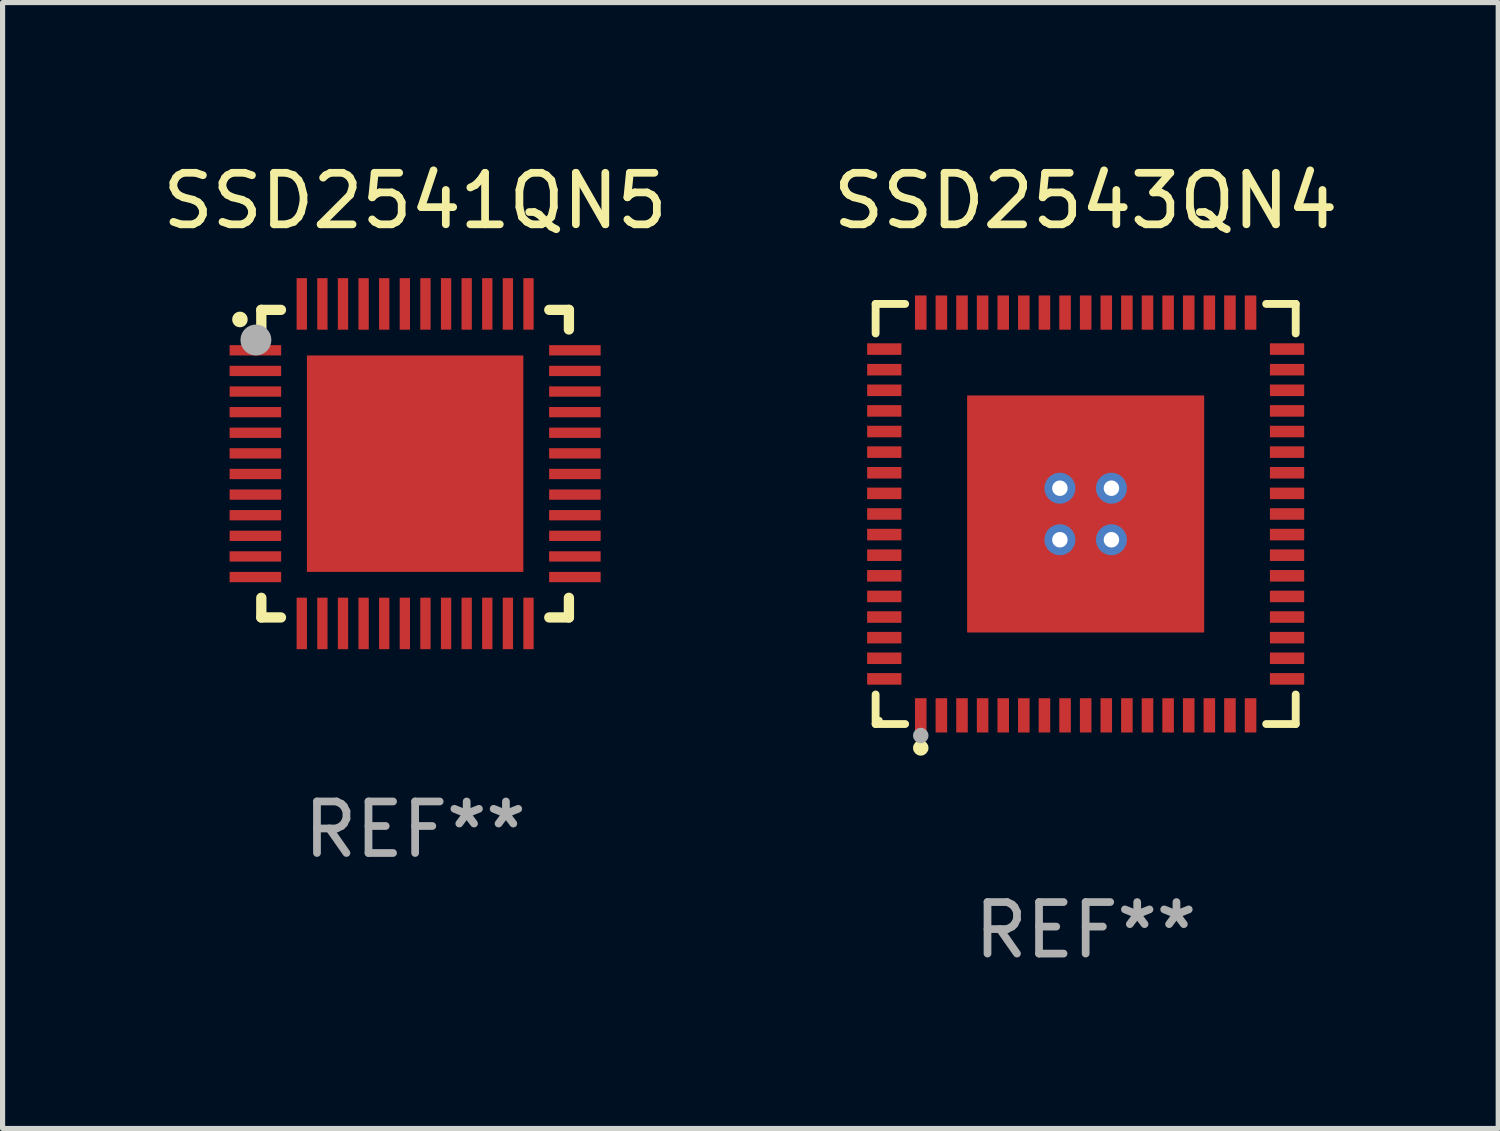
<source format=kicad_pcb>
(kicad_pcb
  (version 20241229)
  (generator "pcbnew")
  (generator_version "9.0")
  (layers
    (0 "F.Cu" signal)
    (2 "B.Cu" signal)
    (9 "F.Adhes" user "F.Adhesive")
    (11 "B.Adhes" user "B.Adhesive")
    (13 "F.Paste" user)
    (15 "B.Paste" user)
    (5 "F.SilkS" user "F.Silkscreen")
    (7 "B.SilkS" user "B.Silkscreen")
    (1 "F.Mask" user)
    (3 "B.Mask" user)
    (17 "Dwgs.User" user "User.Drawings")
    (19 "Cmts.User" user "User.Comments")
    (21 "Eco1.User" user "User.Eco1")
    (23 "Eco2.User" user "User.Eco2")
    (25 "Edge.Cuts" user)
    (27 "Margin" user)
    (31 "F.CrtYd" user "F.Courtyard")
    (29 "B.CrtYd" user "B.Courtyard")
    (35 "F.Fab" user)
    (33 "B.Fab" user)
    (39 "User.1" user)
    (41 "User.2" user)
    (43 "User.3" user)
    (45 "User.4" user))
  (footprint "SSD2541QN5"
    (layer "F.Cu")
    (at 5.006 5.948)
    (property "Reference" "SSD2541QN5" (at 0 -5.1 0) (layer "F.SilkS") (effects (font (size 1 1) (thickness 0.15))))
    (attr through_hole)
    (fp_line (start -2.985 -2.985) (end -2.604 -2.985) (stroke (width 0.2) (type solid)) (layer "F.SilkS"))
    (fp_line (start -2.985 -2.604) (end -2.985 -2.985) (stroke (width 0.2) (type solid)) (layer "F.SilkS"))
    (fp_line (start -2.985 2.984) (end -2.985 2.603) (stroke (width 0.2) (type solid)) (layer "F.SilkS"))
    (fp_line (start -2.604 2.984) (end -2.985 2.984) (stroke (width 0.2) (type solid)) (layer "F.SilkS"))
    (fp_line (start 2.603 -2.985) (end 2.984 -2.985) (stroke (width 0.2) (type solid)) (layer "F.SilkS"))
    (fp_line (start 2.984 -2.985) (end 2.984 -2.604) (stroke (width 0.2) (type solid)) (layer "F.SilkS"))
    (fp_line (start 2.984 2.603) (end 2.984 2.984) (stroke (width 0.2) (type solid)) (layer "F.SilkS"))
    (fp_line (start 2.984 2.984) (end 2.603 2.984) (stroke (width 0.2) (type solid)) (layer "F.SilkS"))
    (fp_arc (start -3.400076 -2.797562) (mid -3.400081 -2.798806) (end -3.400076 -2.800051) (stroke (width 0.3) (type solid)) (layer "F.SilkS"))
    (fp_circle (center -3 -3) (end -2.97 -3) (stroke (width 0.06) (type solid)) (fill no) (layer "F.SilkS"))
    (fp_circle (center -3.09 -2.4) (end -2.94 -2.4) (stroke (width 0.3) (type solid)) (fill no) (layer "F.Fab"))
    (fp_text user "REF**" (at 0 7.1 0) (layer "F.Fab") (effects (font (size 1 1) (thickness 0.15))))
    (pad "1" smd rect (at -3.1 -2.2) (size 1 0.2) (layers "F.Cu" "F.Mask" "F.Paste"))
    (pad "2" smd rect (at -3.1 -1.8) (size 1 0.2) (layers "F.Cu" "F.Mask" "F.Paste"))
    (pad "3" smd rect (at -3.1 -1.4) (size 1 0.2) (layers "F.Cu" "F.Mask" "F.Paste"))
    (pad "4" smd rect (at -3.1 -1) (size 1 0.2) (layers "F.Cu" "F.Mask" "F.Paste"))
    (pad "5" smd rect (at -3.1 -0.6) (size 1 0.2) (layers "F.Cu" "F.Mask" "F.Paste"))
    (pad "6" smd rect (at -3.1 -0.2) (size 1 0.2) (layers "F.Cu" "F.Mask" "F.Paste"))
    (pad "7" smd rect (at -3.1 0.2) (size 1 0.2) (layers "F.Cu" "F.Mask" "F.Paste"))
    (pad "8" smd rect (at -3.1 0.6) (size 1 0.2) (layers "F.Cu" "F.Mask" "F.Paste"))
    (pad "9" smd rect (at -3.1 1) (size 1 0.2) (layers "F.Cu" "F.Mask" "F.Paste"))
    (pad "10" smd rect (at -3.1 1.4) (size 1 0.2) (layers "F.Cu" "F.Mask" "F.Paste"))
    (pad "11" smd rect (at -3.1 1.8) (size 1 0.2) (layers "F.Cu" "F.Mask" "F.Paste"))
    (pad "12" smd rect (at -3.1 2.2) (size 1 0.2) (layers "F.Cu" "F.Mask" "F.Paste"))
    (pad "13" smd rect (at -2.2 3.1) (size 0.2 1) (layers "F.Cu" "F.Mask" "F.Paste"))
    (pad "14" smd rect (at -1.8 3.1) (size 0.2 1) (layers "F.Cu" "F.Mask" "F.Paste"))
    (pad "15" smd rect (at -1.4 3.1) (size 0.2 1) (layers "F.Cu" "F.Mask" "F.Paste"))
    (pad "16" smd rect (at -1 3.1) (size 0.2 1) (layers "F.Cu" "F.Mask" "F.Paste"))
    (pad "17" smd rect (at -0.6 3.1) (size 0.2 1) (layers "F.Cu" "F.Mask" "F.Paste"))
    (pad "18" smd rect (at -0.2 3.1) (size 0.2 1) (layers "F.Cu" "F.Mask" "F.Paste"))
    (pad "19" smd rect (at 0.2 3.1) (size 0.2 1) (layers "F.Cu" "F.Mask" "F.Paste"))
    (pad "20" smd rect (at 0.6 3.1) (size 0.2 1) (layers "F.Cu" "F.Mask" "F.Paste"))
    (pad "21" smd rect (at 1 3.1) (size 0.2 1) (layers "F.Cu" "F.Mask" "F.Paste"))
    (pad "22" smd rect (at 1.4 3.1) (size 0.2 1) (layers "F.Cu" "F.Mask" "F.Paste"))
    (pad "23" smd rect (at 1.8 3.1) (size 0.2 1) (layers "F.Cu" "F.Mask" "F.Paste"))
    (pad "24" smd rect (at 2.2 3.1) (size 0.2 1) (layers "F.Cu" "F.Mask" "F.Paste"))
    (pad "25" smd rect (at 3.1 2.2) (size 1 0.2) (layers "F.Cu" "F.Mask" "F.Paste"))
    (pad "26" smd rect (at 3.1 1.8) (size 1 0.2) (layers "F.Cu" "F.Mask" "F.Paste"))
    (pad "27" smd rect (at 3.1 1.4) (size 1 0.2) (layers "F.Cu" "F.Mask" "F.Paste"))
    (pad "28" smd rect (at 3.1 1) (size 1 0.2) (layers "F.Cu" "F.Mask" "F.Paste"))
    (pad "29" smd rect (at 3.1 0.6) (size 1 0.2) (layers "F.Cu" "F.Mask" "F.Paste"))
    (pad "30" smd rect (at 3.1 0.2) (size 1 0.2) (layers "F.Cu" "F.Mask" "F.Paste"))
    (pad "31" smd rect (at 3.1 -0.2) (size 1 0.2) (layers "F.Cu" "F.Mask" "F.Paste"))
    (pad "32" smd rect (at 3.1 -0.6) (size 1 0.2) (layers "F.Cu" "F.Mask" "F.Paste"))
    (pad "33" smd rect (at 3.1 -1) (size 1 0.2) (layers "F.Cu" "F.Mask" "F.Paste"))
    (pad "34" smd rect (at 3.1 -1.4) (size 1 0.2) (layers "F.Cu" "F.Mask" "F.Paste"))
    (pad "35" smd rect (at 3.1 -1.8) (size 1 0.2) (layers "F.Cu" "F.Mask" "F.Paste"))
    (pad "36" smd rect (at 3.1 -2.2) (size 1 0.2) (layers "F.Cu" "F.Mask" "F.Paste"))
    (pad "37" smd rect (at 2.2 -3.1) (size 0.2 1) (layers "F.Cu" "F.Mask" "F.Paste"))
    (pad "38" smd rect (at 1.8 -3.1) (size 0.2 1) (layers "F.Cu" "F.Mask" "F.Paste"))
    (pad "39" smd rect (at 1.4 -3.1) (size 0.2 1) (layers "F.Cu" "F.Mask" "F.Paste"))
    (pad "40" smd rect (at 1 -3.1) (size 0.2 1) (layers "F.Cu" "F.Mask" "F.Paste"))
    (pad "41" smd rect (at 0.6 -3.1) (size 0.2 1) (layers "F.Cu" "F.Mask" "F.Paste"))
    (pad "42" smd rect (at 0.2 -3.1) (size 0.2 1) (layers "F.Cu" "F.Mask" "F.Paste"))
    (pad "43" smd rect (at -0.2 -3.1) (size 0.2 1) (layers "F.Cu" "F.Mask" "F.Paste"))
    (pad "44" smd rect (at -0.6 -3.1) (size 0.2 1) (layers "F.Cu" "F.Mask" "F.Paste"))
    (pad "45" smd rect (at -1 -3.1) (size 0.2 1) (layers "F.Cu" "F.Mask" "F.Paste"))
    (pad "46" smd rect (at -1.4 -3.1) (size 0.2 1) (layers "F.Cu" "F.Mask" "F.Paste"))
    (pad "47" smd rect (at -1.8 -3.1) (size 0.2 1) (layers "F.Cu" "F.Mask" "F.Paste"))
    (pad "48" smd rect (at -2.2 -3.1) (size 0.2 1) (layers "F.Cu" "F.Mask" "F.Paste"))
    (pad "49" smd rect (at -0.000127 0) (size 4.2 4.2) (layers "F.Cu" "F.Mask" "F.Paste")))
  (footprint "SSD2543QN4"
    (layer "F.Cu")
    (at 18.018 6.924)
    (property "Reference" "SSD2543QN4" (at 0 -6.076 0) (layer "F.SilkS") (effects (font (size 1 1) (thickness 0.15))))
    (attr through_hole)
    (fp_line (start -4.076 -4.076) (end -3.503 -4.076) (stroke (width 0.152) (type solid)) (layer "F.SilkS"))
    (fp_line (start -4.076 -3.503) (end -4.076 -4.076) (stroke (width 0.152) (type solid)) (layer "F.SilkS"))
    (fp_line (start -4.076 3.503) (end -4.076 4.076) (stroke (width 0.152) (type solid)) (layer "F.SilkS"))
    (fp_line (start -4.076 4.076) (end -3.503 4.076) (stroke (width 0.152) (type solid)) (layer "F.SilkS"))
    (fp_line (start 4.076 -4.076) (end 3.503 -4.076) (stroke (width 0.152) (type solid)) (layer "F.SilkS"))
    (fp_line (start 4.076 -3.503) (end 4.076 -4.076) (stroke (width 0.152) (type solid)) (layer "F.SilkS"))
    (fp_line (start 4.076 3.503) (end 4.076 4.076) (stroke (width 0.152) (type solid)) (layer "F.SilkS"))
    (fp_line (start 4.076 4.076) (end 3.503 4.076) (stroke (width 0.152) (type solid)) (layer "F.SilkS"))
    (fp_circle (center -4 4) (end -3.97 4) (stroke (width 0.06) (type solid)) (fill no) (layer "F.SilkS"))
    (fp_circle (center -3.2 4.54) (end -3.125 4.54) (stroke (width 0.15) (type solid)) (fill no) (layer "F.SilkS"))
    (fp_circle (center -3.2 4.3) (end -3.125 4.3) (stroke (width 0.15) (type solid)) (fill no) (layer "F.Fab"))
    (fp_text user "REF**" (at 0 8.076 0) (layer "F.Fab") (effects (font (size 1 1) (thickness 0.15))))
    (pad "1" smd rect (at -3.2 3.908) (size 0.224 0.665) (layers "F.Cu" "F.Mask" "F.Paste"))
    (pad "2" smd rect (at -2.8 3.908) (size 0.224 0.665) (layers "F.Cu" "F.Mask" "F.Paste"))
    (pad "3" smd rect (at -2.4 3.908) (size 0.224 0.665) (layers "F.Cu" "F.Mask" "F.Paste"))
    (pad "4" smd rect (at -2 3.908) (size 0.224 0.665) (layers "F.Cu" "F.Mask" "F.Paste"))
    (pad "5" smd rect (at -1.6 3.908) (size 0.224 0.665) (layers "F.Cu" "F.Mask" "F.Paste"))
    (pad "6" smd rect (at -1.2 3.908) (size 0.224 0.665) (layers "F.Cu" "F.Mask" "F.Paste"))
    (pad "7" smd rect (at -0.8 3.908) (size 0.224 0.665) (layers "F.Cu" "F.Mask" "F.Paste"))
    (pad "8" smd rect (at -0.4 3.908) (size 0.224 0.665) (layers "F.Cu" "F.Mask" "F.Paste"))
    (pad "9" smd rect (at 0 3.908) (size 0.224 0.665) (layers "F.Cu" "F.Mask" "F.Paste"))
    (pad "10" smd rect (at 0.4 3.908) (size 0.224 0.665) (layers "F.Cu" "F.Mask" "F.Paste"))
    (pad "11" smd rect (at 0.8 3.908) (size 0.224 0.665) (layers "F.Cu" "F.Mask" "F.Paste"))
    (pad "12" smd rect (at 1.2 3.908) (size 0.224 0.665) (layers "F.Cu" "F.Mask" "F.Paste"))
    (pad "13" smd rect (at 1.6 3.908) (size 0.224 0.665) (layers "F.Cu" "F.Mask" "F.Paste"))
    (pad "14" smd rect (at 2 3.908) (size 0.224 0.665) (layers "F.Cu" "F.Mask" "F.Paste"))
    (pad "15" smd rect (at 2.4 3.908) (size 0.224 0.665) (layers "F.Cu" "F.Mask" "F.Paste"))
    (pad "16" smd rect (at 2.8 3.908) (size 0.224 0.665) (layers "F.Cu" "F.Mask" "F.Paste"))
    (pad "17" smd rect (at 3.2 3.908) (size 0.224 0.665) (layers "F.Cu" "F.Mask" "F.Paste"))
    (pad "18" smd rect (at 3.908 3.2) (size 0.665 0.224) (layers "F.Cu" "F.Mask" "F.Paste"))
    (pad "19" smd rect (at 3.908 2.8) (size 0.665 0.224) (layers "F.Cu" "F.Mask" "F.Paste"))
    (pad "20" smd rect (at 3.908 2.4) (size 0.665 0.224) (layers "F.Cu" "F.Mask" "F.Paste"))
    (pad "21" smd rect (at 3.908 2) (size 0.665 0.224) (layers "F.Cu" "F.Mask" "F.Paste"))
    (pad "22" smd rect (at 3.908 1.6) (size 0.665 0.224) (layers "F.Cu" "F.Mask" "F.Paste"))
    (pad "23" smd rect (at 3.908 1.2) (size 0.665 0.224) (layers "F.Cu" "F.Mask" "F.Paste"))
    (pad "24" smd rect (at 3.908 0.8) (size 0.665 0.224) (layers "F.Cu" "F.Mask" "F.Paste"))
    (pad "25" smd rect (at 3.908 0.4) (size 0.665 0.224) (layers "F.Cu" "F.Mask" "F.Paste"))
    (pad "26" smd rect (at 3.908 0) (size 0.665 0.224) (layers "F.Cu" "F.Mask" "F.Paste"))
    (pad "27" smd rect (at 3.908 -0.4) (size 0.665 0.224) (layers "F.Cu" "F.Mask" "F.Paste"))
    (pad "28" smd rect (at 3.908 -0.8) (size 0.665 0.224) (layers "F.Cu" "F.Mask" "F.Paste"))
    (pad "29" smd rect (at 3.908 -1.2) (size 0.665 0.224) (layers "F.Cu" "F.Mask" "F.Paste"))
    (pad "30" smd rect (at 3.908 -1.6) (size 0.665 0.224) (layers "F.Cu" "F.Mask" "F.Paste"))
    (pad "31" smd rect (at 3.908 -2) (size 0.665 0.224) (layers "F.Cu" "F.Mask" "F.Paste"))
    (pad "32" smd rect (at 3.908 -2.4) (size 0.665 0.224) (layers "F.Cu" "F.Mask" "F.Paste"))
    (pad "33" smd rect (at 3.908 -2.8) (size 0.665 0.224) (layers "F.Cu" "F.Mask" "F.Paste"))
    (pad "34" smd rect (at 3.908 -3.2) (size 0.665 0.224) (layers "F.Cu" "F.Mask" "F.Paste"))
    (pad "35" smd rect (at 3.2 -3.908) (size 0.224 0.665) (layers "F.Cu" "F.Mask" "F.Paste"))
    (pad "36" smd rect (at 2.8 -3.908) (size 0.224 0.665) (layers "F.Cu" "F.Mask" "F.Paste"))
    (pad "37" smd rect (at 2.4 -3.908) (size 0.224 0.665) (layers "F.Cu" "F.Mask" "F.Paste"))
    (pad "38" smd rect (at 2 -3.908) (size 0.224 0.665) (layers "F.Cu" "F.Mask" "F.Paste"))
    (pad "39" smd rect (at 1.6 -3.908) (size 0.224 0.665) (layers "F.Cu" "F.Mask" "F.Paste"))
    (pad "40" smd rect (at 1.2 -3.908) (size 0.224 0.665) (layers "F.Cu" "F.Mask" "F.Paste"))
    (pad "41" smd rect (at 0.8 -3.908) (size 0.224 0.665) (layers "F.Cu" "F.Mask" "F.Paste"))
    (pad "42" smd rect (at 0.4 -3.908) (size 0.224 0.665) (layers "F.Cu" "F.Mask" "F.Paste"))
    (pad "43" smd rect (at 0 -3.908) (size 0.224 0.665) (layers "F.Cu" "F.Mask" "F.Paste"))
    (pad "44" smd rect (at -0.4 -3.908) (size 0.224 0.665) (layers "F.Cu" "F.Mask" "F.Paste"))
    (pad "45" smd rect (at -0.8 -3.908) (size 0.224 0.665) (layers "F.Cu" "F.Mask" "F.Paste"))
    (pad "46" smd rect (at -1.2 -3.908) (size 0.224 0.665) (layers "F.Cu" "F.Mask" "F.Paste"))
    (pad "47" smd rect (at -1.6 -3.908) (size 0.224 0.665) (layers "F.Cu" "F.Mask" "F.Paste"))
    (pad "48" smd rect (at -2 -3.908) (size 0.224 0.665) (layers "F.Cu" "F.Mask" "F.Paste"))
    (pad "49" smd rect (at -2.4 -3.908) (size 0.224 0.665) (layers "F.Cu" "F.Mask" "F.Paste"))
    (pad "50" smd rect (at -2.8 -3.908) (size 0.224 0.665) (layers "F.Cu" "F.Mask" "F.Paste"))
    (pad "51" smd rect (at -3.2 -3.908) (size 0.224 0.665) (layers "F.Cu" "F.Mask" "F.Paste"))
    (pad "52" smd rect (at -3.908 -3.2) (size 0.665 0.224) (layers "F.Cu" "F.Mask" "F.Paste"))
    (pad "53" smd rect (at -3.908 -2.8) (size 0.665 0.224) (layers "F.Cu" "F.Mask" "F.Paste"))
    (pad "54" smd rect (at -3.908 -2.4) (size 0.665 0.224) (layers "F.Cu" "F.Mask" "F.Paste"))
    (pad "55" smd rect (at -3.908 -2) (size 0.665 0.224) (layers "F.Cu" "F.Mask" "F.Paste"))
    (pad "56" smd rect (at -3.908 -1.6) (size 0.665 0.224) (layers "F.Cu" "F.Mask" "F.Paste"))
    (pad "57" smd rect (at -3.908 -1.2) (size 0.665 0.224) (layers "F.Cu" "F.Mask" "F.Paste"))
    (pad "58" smd rect (at -3.908 -0.8) (size 0.665 0.224) (layers "F.Cu" "F.Mask" "F.Paste"))
    (pad "59" smd rect (at -3.908 -0.4) (size 0.665 0.224) (layers "F.Cu" "F.Mask" "F.Paste"))
    (pad "60" smd rect (at -3.908 0) (size 0.665 0.224) (layers "F.Cu" "F.Mask" "F.Paste"))
    (pad "61" smd rect (at -3.908 0.4) (size 0.665 0.224) (layers "F.Cu" "F.Mask" "F.Paste"))
    (pad "62" smd rect (at -3.908 0.8) (size 0.665 0.224) (layers "F.Cu" "F.Mask" "F.Paste"))
    (pad "63" smd rect (at -3.908 1.2) (size 0.665 0.224) (layers "F.Cu" "F.Mask" "F.Paste"))
    (pad "64" smd rect (at -3.908 1.6) (size 0.665 0.224) (layers "F.Cu" "F.Mask" "F.Paste"))
    (pad "65" smd rect (at -3.908 2) (size 0.665 0.224) (layers "F.Cu" "F.Mask" "F.Paste"))
    (pad "66" smd rect (at -3.908 2.4) (size 0.665 0.224) (layers "F.Cu" "F.Mask" "F.Paste"))
    (pad "67" smd rect (at -3.908 2.8) (size 0.665 0.224) (layers "F.Cu" "F.Mask" "F.Paste"))
    (pad "68" smd rect (at -3.908 3.2) (size 0.665 0.224) (layers "F.Cu" "F.Mask" "F.Paste"))
    (pad "69" thru_hole circle (at -0.5 -0.5) (size 0.6 0.6) (drill 0.3) (layers "*.Cu" "*.Mask"))
    (pad "69" thru_hole circle (at -0.5 0.5) (size 0.6 0.6) (drill 0.3) (layers "*.Cu" "*.Mask"))
    (pad "69" smd rect (at 0 0) (size 4.6 4.6) (layers "F.Cu" "F.Mask" "F.Paste"))
    (pad "69" thru_hole circle (at 0.5 -0.5) (size 0.6 0.6) (drill 0.3) (layers "*.Cu" "*.Mask"))
    (pad "69" thru_hole circle (at 0.5 0.5) (size 0.6 0.6) (drill 0.3) (layers "*.Cu" "*.Mask")))
  (gr_rect
    (start -3 -3)
    (end 26.024 18.849)
    (stroke (width 0.1) (type default))
    (fill no)
    (layer "Edge.Cuts")))
</source>
